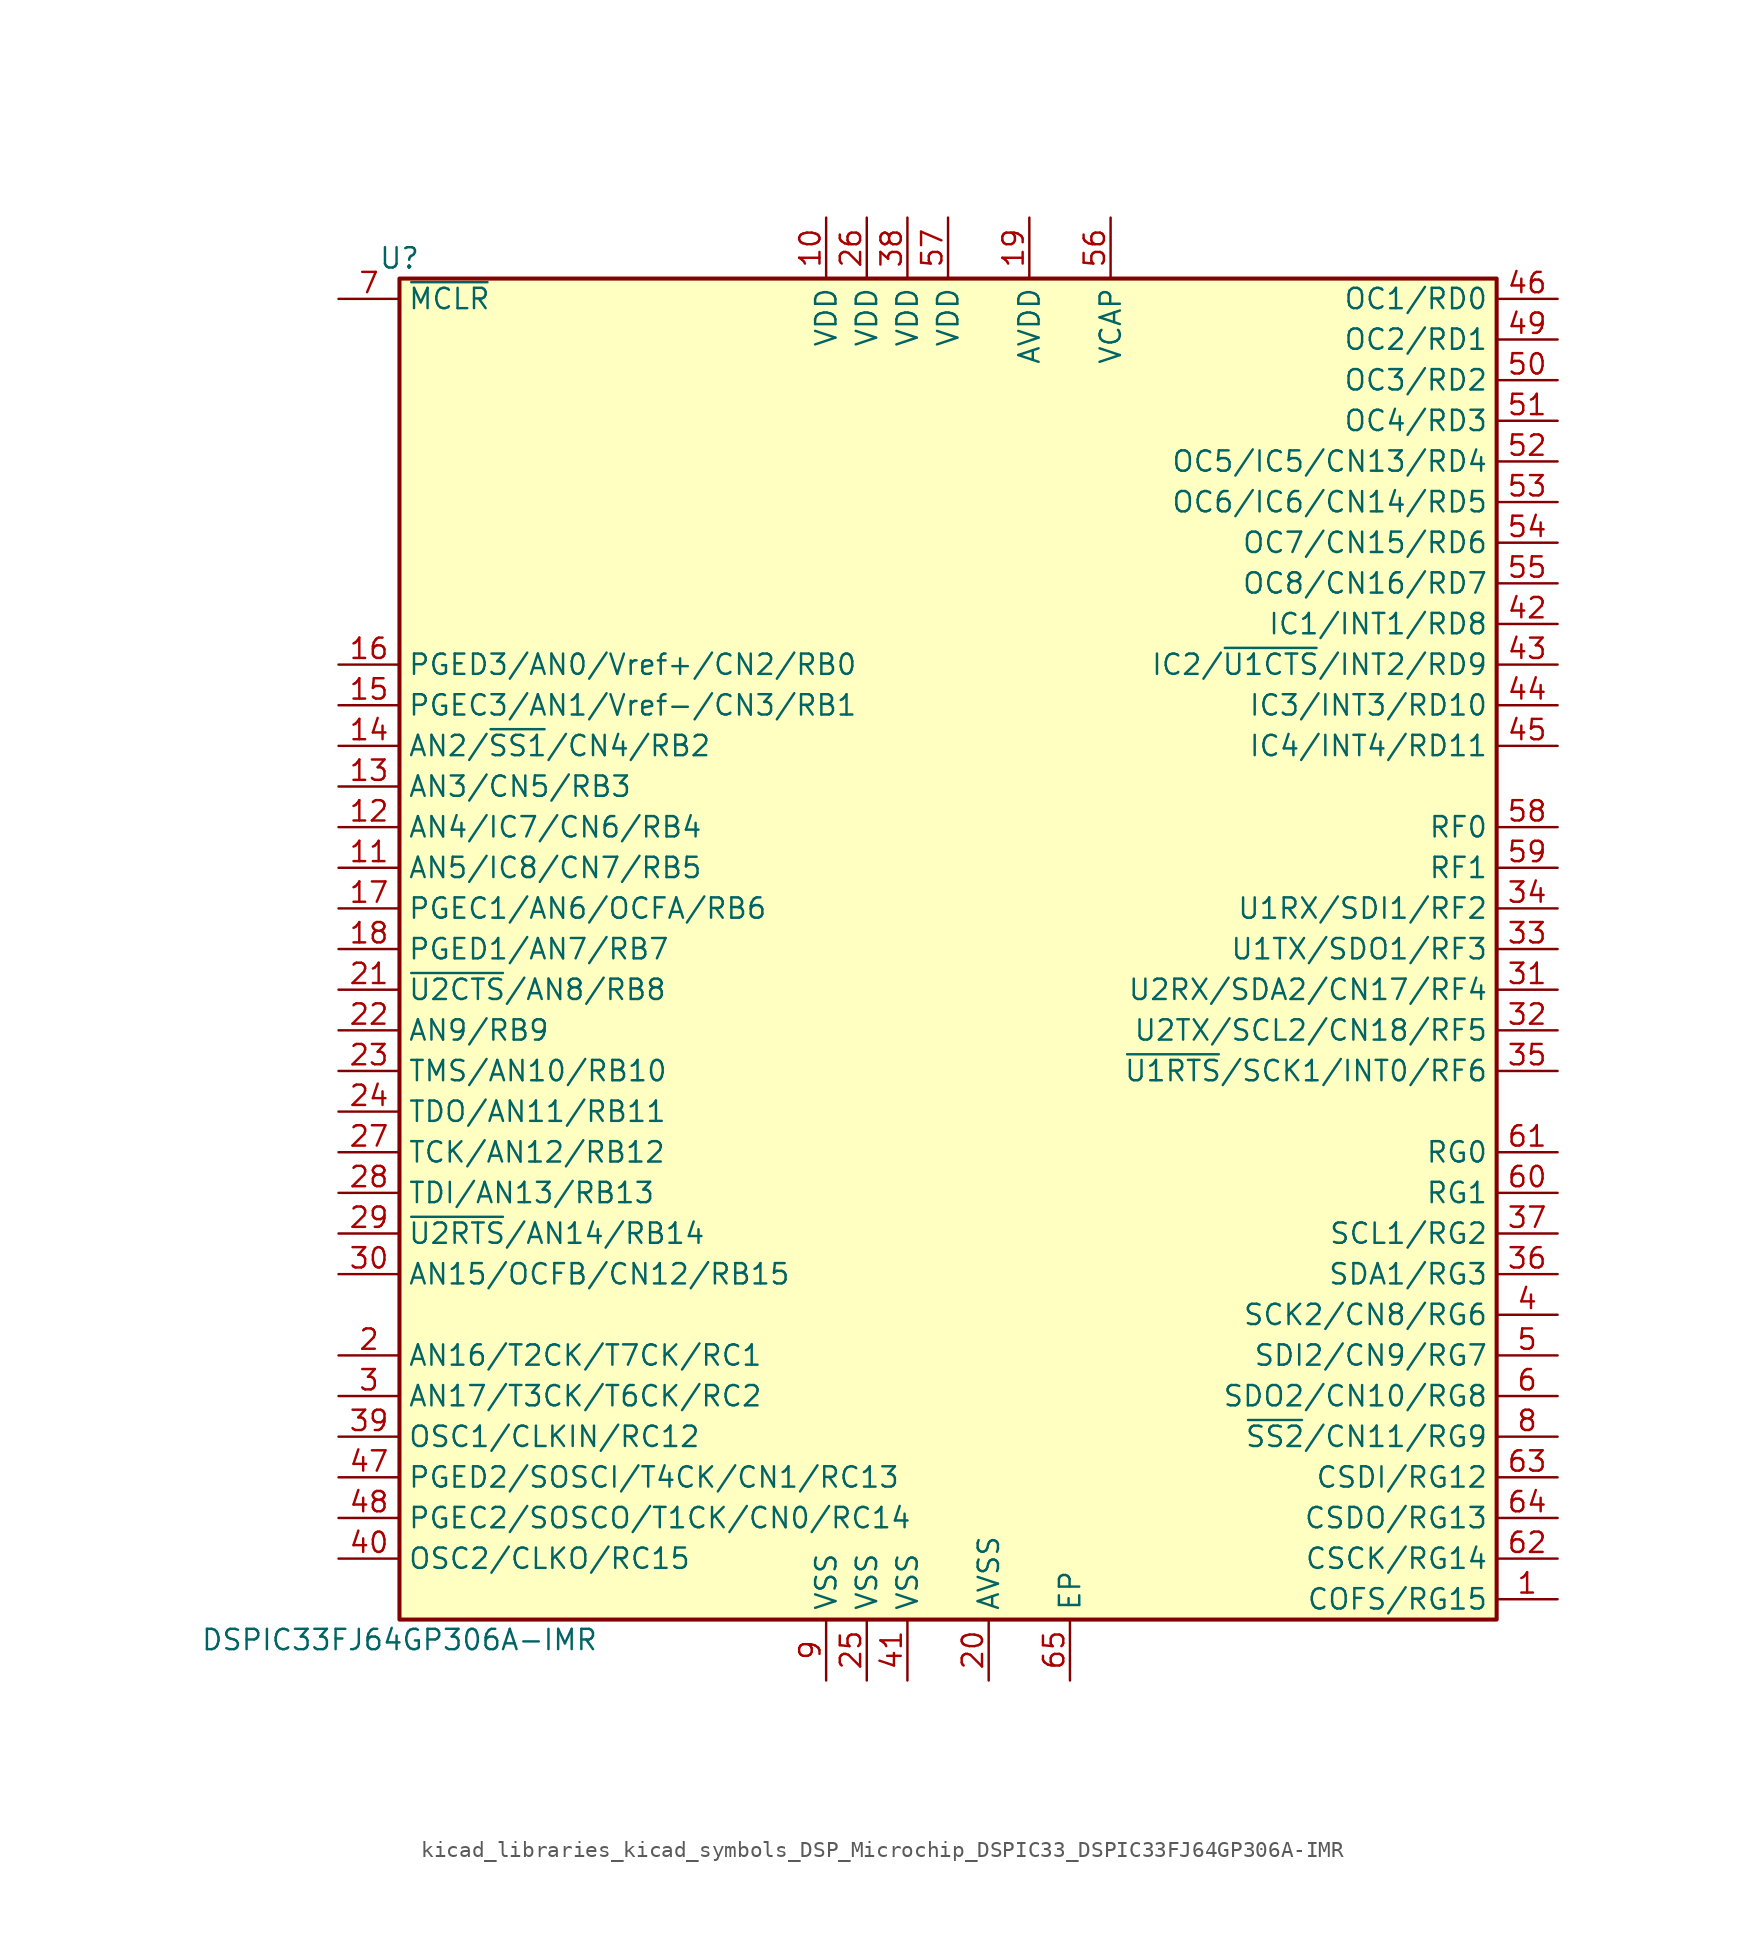
<source format=kicad_sym>
(kicad_symbol_lib
  (version 20220914)
  (generator kicad_symbol_editor)
  (symbol "kicad_libraries_kicad_symbols_DSP_Microchip_DSPIC33_DSPIC33FJ64GP306A-IMR"
    (property "Reference" "U"
      (at -34.29 43.18 0)
      (effects (font (size 1.27 1.27))))
    (property "Value" "DSPIC33FJ64GP306A-IMR"
      (at -34.29 -43.18 0)
      (effects (font (size 1.27 1.27))))
    (symbol "kicad_libraries_kicad_symbols_DSP_Microchip_DSPIC33_DSPIC33FJ64GP306A-IMR_1_1"
      (rectangle (start -34.29 41.91) (end 34.29 -41.91) (stroke (width 0.254) (type default)) (fill (type background)))
      (pin bidirectional line (at 38.1 -40.64 180) (length 3.81) (name "COFS/RG15" (effects (font (size 1.27 1.27)))) (number "1" (effects (font (size 1.27 1.27)))))
      (pin power_in line (at -7.62 45.72 270) (length 3.81) (name "VDD" (effects (font (size 1.27 1.27)))) (number "10" (effects (font (size 1.27 1.27)))))
      (pin input line (at -38.1 5.08 0) (length 3.81) (name "AN5/IC8/CN7/RB5" (effects (font (size 1.27 1.27)))) (number "11" (effects (font (size 1.27 1.27)))))
      (pin input line (at -38.1 7.62 0) (length 3.81) (name "AN4/IC7/CN6/RB4" (effects (font (size 1.27 1.27)))) (number "12" (effects (font (size 1.27 1.27)))))
      (pin bidirectional line (at -38.1 10.16 0) (length 3.81) (name "AN3/CN5/RB3" (effects (font (size 1.27 1.27)))) (number "13" (effects (font (size 1.27 1.27)))))
      (pin bidirectional line (at -38.1 12.7 0) (length 3.81) (name "AN2/~{SS1}/CN4/RB2" (effects (font (size 1.27 1.27)))) (number "14" (effects (font (size 1.27 1.27)))))
      (pin bidirectional line (at -38.1 15.24 0) (length 3.81) (name "PGEC3/AN1/Vref-/CN3/RB1" (effects (font (size 1.27 1.27)))) (number "15" (effects (font (size 1.27 1.27)))))
      (pin bidirectional line (at -38.1 17.78 0) (length 3.81) (name "PGED3/AN0/Vref+/CN2/RB0" (effects (font (size 1.27 1.27)))) (number "16" (effects (font (size 1.27 1.27)))))
      (pin input line (at -38.1 2.54 0) (length 3.81) (name "PGEC1/AN6/OCFA/RB6" (effects (font (size 1.27 1.27)))) (number "17" (effects (font (size 1.27 1.27)))))
      (pin input line (at -38.1 0 0) (length 3.81) (name "PGED1/AN7/RB7" (effects (font (size 1.27 1.27)))) (number "18" (effects (font (size 1.27 1.27)))))
      (pin power_in line (at 5.08 45.72 270) (length 3.81) (name "AVDD" (effects (font (size 1.27 1.27)))) (number "19" (effects (font (size 1.27 1.27)))))
      (pin bidirectional line (at -38.1 -25.4 0) (length 3.81) (name "AN16/T2CK/T7CK/RC1" (effects (font (size 1.27 1.27)))) (number "2" (effects (font (size 1.27 1.27)))))
      (pin power_in line (at 2.54 -45.72 90) (length 3.81) (name "AVSS" (effects (font (size 1.27 1.27)))) (number "20" (effects (font (size 1.27 1.27)))))
      (pin input line (at -38.1 -2.54 0) (length 3.81) (name "~{U2CTS}/AN8/RB8" (effects (font (size 1.27 1.27)))) (number "21" (effects (font (size 1.27 1.27)))))
      (pin bidirectional line (at -38.1 -5.08 0) (length 3.81) (name "AN9/RB9" (effects (font (size 1.27 1.27)))) (number "22" (effects (font (size 1.27 1.27)))))
      (pin bidirectional line (at -38.1 -7.62 0) (length 3.81) (name "TMS/AN10/RB10" (effects (font (size 1.27 1.27)))) (number "23" (effects (font (size 1.27 1.27)))))
      (pin bidirectional line (at -38.1 -10.16 0) (length 3.81) (name "TDO/AN11/RB11" (effects (font (size 1.27 1.27)))) (number "24" (effects (font (size 1.27 1.27)))))
      (pin power_in line (at -5.08 -45.72 90) (length 3.81) (name "VSS" (effects (font (size 1.27 1.27)))) (number "25" (effects (font (size 1.27 1.27)))))
      (pin power_in line (at -5.08 45.72 270) (length 3.81) (name "VDD" (effects (font (size 1.27 1.27)))) (number "26" (effects (font (size 1.27 1.27)))))
      (pin bidirectional line (at -38.1 -12.7 0) (length 3.81) (name "TCK/AN12/RB12" (effects (font (size 1.27 1.27)))) (number "27" (effects (font (size 1.27 1.27)))))
      (pin bidirectional line (at -38.1 -15.24 0) (length 3.81) (name "TDI/AN13/RB13" (effects (font (size 1.27 1.27)))) (number "28" (effects (font (size 1.27 1.27)))))
      (pin bidirectional line (at -38.1 -17.78 0) (length 3.81) (name "~{U2RTS}/AN14/RB14" (effects (font (size 1.27 1.27)))) (number "29" (effects (font (size 1.27 1.27)))))
      (pin bidirectional line (at -38.1 -27.94 0) (length 3.81) (name "AN17/T3CK/T6CK/RC2" (effects (font (size 1.27 1.27)))) (number "3" (effects (font (size 1.27 1.27)))))
      (pin bidirectional line (at -38.1 -20.32 0) (length 3.81) (name "AN15/OCFB/CN12/RB15" (effects (font (size 1.27 1.27)))) (number "30" (effects (font (size 1.27 1.27)))))
      (pin bidirectional line (at 38.1 -2.54 180) (length 3.81) (name "U2RX/SDA2/CN17/RF4" (effects (font (size 1.27 1.27)))) (number "31" (effects (font (size 1.27 1.27)))))
      (pin bidirectional line (at 38.1 -5.08 180) (length 3.81) (name "U2TX/SCL2/CN18/RF5" (effects (font (size 1.27 1.27)))) (number "32" (effects (font (size 1.27 1.27)))))
      (pin bidirectional line (at 38.1 0 180) (length 3.81) (name "U1TX/SDO1/RF3" (effects (font (size 1.27 1.27)))) (number "33" (effects (font (size 1.27 1.27)))))
      (pin bidirectional line (at 38.1 2.54 180) (length 3.81) (name "U1RX/SDI1/RF2" (effects (font (size 1.27 1.27)))) (number "34" (effects (font (size 1.27 1.27)))))
      (pin bidirectional line (at 38.1 -7.62 180) (length 3.81) (name "~{U1RTS}/SCK1/INT0/RF6" (effects (font (size 1.27 1.27)))) (number "35" (effects (font (size 1.27 1.27)))))
      (pin bidirectional line (at 38.1 -20.32 180) (length 3.81) (name "SDA1/RG3" (effects (font (size 1.27 1.27)))) (number "36" (effects (font (size 1.27 1.27)))))
      (pin bidirectional line (at 38.1 -17.78 180) (length 3.81) (name "SCL1/RG2" (effects (font (size 1.27 1.27)))) (number "37" (effects (font (size 1.27 1.27)))))
      (pin power_in line (at -2.54 45.72 270) (length 3.81) (name "VDD" (effects (font (size 1.27 1.27)))) (number "38" (effects (font (size 1.27 1.27)))))
      (pin bidirectional line (at -38.1 -30.48 0) (length 3.81) (name "OSC1/CLKIN/RC12" (effects (font (size 1.27 1.27)))) (number "39" (effects (font (size 1.27 1.27)))))
      (pin bidirectional line (at 38.1 -22.86 180) (length 3.81) (name "SCK2/CN8/RG6" (effects (font (size 1.27 1.27)))) (number "4" (effects (font (size 1.27 1.27)))))
      (pin bidirectional line (at -38.1 -38.1 0) (length 3.81) (name "OSC2/CLKO/RC15" (effects (font (size 1.27 1.27)))) (number "40" (effects (font (size 1.27 1.27)))))
      (pin power_in line (at -2.54 -45.72 90) (length 3.81) (name "VSS" (effects (font (size 1.27 1.27)))) (number "41" (effects (font (size 1.27 1.27)))))
      (pin bidirectional line (at 38.1 20.32 180) (length 3.81) (name "IC1/INT1/RD8" (effects (font (size 1.27 1.27)))) (number "42" (effects (font (size 1.27 1.27)))))
      (pin bidirectional line (at 38.1 17.78 180) (length 3.81) (name "IC2/~{U1CTS}/INT2/RD9" (effects (font (size 1.27 1.27)))) (number "43" (effects (font (size 1.27 1.27)))))
      (pin bidirectional line (at 38.1 15.24 180) (length 3.81) (name "IC3/INT3/RD10" (effects (font (size 1.27 1.27)))) (number "44" (effects (font (size 1.27 1.27)))))
      (pin bidirectional line (at 38.1 12.7 180) (length 3.81) (name "IC4/INT4/RD11" (effects (font (size 1.27 1.27)))) (number "45" (effects (font (size 1.27 1.27)))))
      (pin bidirectional line (at 38.1 40.64 180) (length 3.81) (name "OC1/RD0" (effects (font (size 1.27 1.27)))) (number "46" (effects (font (size 1.27 1.27)))))
      (pin bidirectional line (at -38.1 -33.02 0) (length 3.81) (name "PGED2/SOSCI/T4CK/CN1/RC13" (effects (font (size 1.27 1.27)))) (number "47" (effects (font (size 1.27 1.27)))))
      (pin bidirectional line (at -38.1 -35.56 0) (length 3.81) (name "PGEC2/SOSCO/T1CK/CN0/RC14" (effects (font (size 1.27 1.27)))) (number "48" (effects (font (size 1.27 1.27)))))
      (pin bidirectional line (at 38.1 38.1 180) (length 3.81) (name "OC2/RD1" (effects (font (size 1.27 1.27)))) (number "49" (effects (font (size 1.27 1.27)))))
      (pin bidirectional line (at 38.1 -25.4 180) (length 3.81) (name "SDI2/CN9/RG7" (effects (font (size 1.27 1.27)))) (number "5" (effects (font (size 1.27 1.27)))))
      (pin bidirectional line (at 38.1 35.56 180) (length 3.81) (name "OC3/RD2" (effects (font (size 1.27 1.27)))) (number "50" (effects (font (size 1.27 1.27)))))
      (pin bidirectional line (at 38.1 33.02 180) (length 3.81) (name "OC4/RD3" (effects (font (size 1.27 1.27)))) (number "51" (effects (font (size 1.27 1.27)))))
      (pin bidirectional line (at 38.1 30.48 180) (length 3.81) (name "OC5/IC5/CN13/RD4" (effects (font (size 1.27 1.27)))) (number "52" (effects (font (size 1.27 1.27)))))
      (pin bidirectional line (at 38.1 27.94 180) (length 3.81) (name "OC6/IC6/CN14/RD5" (effects (font (size 1.27 1.27)))) (number "53" (effects (font (size 1.27 1.27)))))
      (pin bidirectional line (at 38.1 25.4 180) (length 3.81) (name "OC7/CN15/RD6" (effects (font (size 1.27 1.27)))) (number "54" (effects (font (size 1.27 1.27)))))
      (pin bidirectional line (at 38.1 22.86 180) (length 3.81) (name "OC8/CN16/RD7" (effects (font (size 1.27 1.27)))) (number "55" (effects (font (size 1.27 1.27)))))
      (pin power_in line (at 10.16 45.72 270) (length 3.81) (name "VCAP" (effects (font (size 1.27 1.27)))) (number "56" (effects (font (size 1.27 1.27)))))
      (pin power_in line (at 0 45.72 270) (length 3.81) (name "VDD" (effects (font (size 1.27 1.27)))) (number "57" (effects (font (size 1.27 1.27)))))
      (pin bidirectional line (at 38.1 7.62 180) (length 3.81) (name "RF0" (effects (font (size 1.27 1.27)))) (number "58" (effects (font (size 1.27 1.27)))))
      (pin bidirectional line (at 38.1 5.08 180) (length 3.81) (name "RF1" (effects (font (size 1.27 1.27)))) (number "59" (effects (font (size 1.27 1.27)))))
      (pin bidirectional line (at 38.1 -27.94 180) (length 3.81) (name "SDO2/CN10/RG8" (effects (font (size 1.27 1.27)))) (number "6" (effects (font (size 1.27 1.27)))))
      (pin bidirectional line (at 38.1 -15.24 180) (length 3.81) (name "RG1" (effects (font (size 1.27 1.27)))) (number "60" (effects (font (size 1.27 1.27)))))
      (pin bidirectional line (at 38.1 -12.7 180) (length 3.81) (name "RG0" (effects (font (size 1.27 1.27)))) (number "61" (effects (font (size 1.27 1.27)))))
      (pin bidirectional line (at 38.1 -38.1 180) (length 3.81) (name "CSCK/RG14" (effects (font (size 1.27 1.27)))) (number "62" (effects (font (size 1.27 1.27)))))
      (pin bidirectional line (at 38.1 -33.02 180) (length 3.81) (name "CSDI/RG12" (effects (font (size 1.27 1.27)))) (number "63" (effects (font (size 1.27 1.27)))))
      (pin bidirectional line (at 38.1 -35.56 180) (length 3.81) (name "CSDO/RG13" (effects (font (size 1.27 1.27)))) (number "64" (effects (font (size 1.27 1.27)))))
      (pin power_in line (at 7.62 -45.72 90) (length 3.81) (name "EP" (effects (font (size 1.27 1.27)))) (number "65" (effects (font (size 1.27 1.27)))))
      (pin input line (at -38.1 40.64 0) (length 3.81) (name "~{MCLR}" (effects (font (size 1.27 1.27)))) (number "7" (effects (font (size 1.27 1.27)))))
      (pin bidirectional line (at 38.1 -30.48 180) (length 3.81) (name "~{SS2}/CN11/RG9" (effects (font (size 1.27 1.27)))) (number "8" (effects (font (size 1.27 1.27)))))
      (pin power_in line (at -7.62 -45.72 90) (length 3.81) (name "VSS" (effects (font (size 1.27 1.27)))) (number "9" (effects (font (size 1.27 1.27))))))))
</source>
